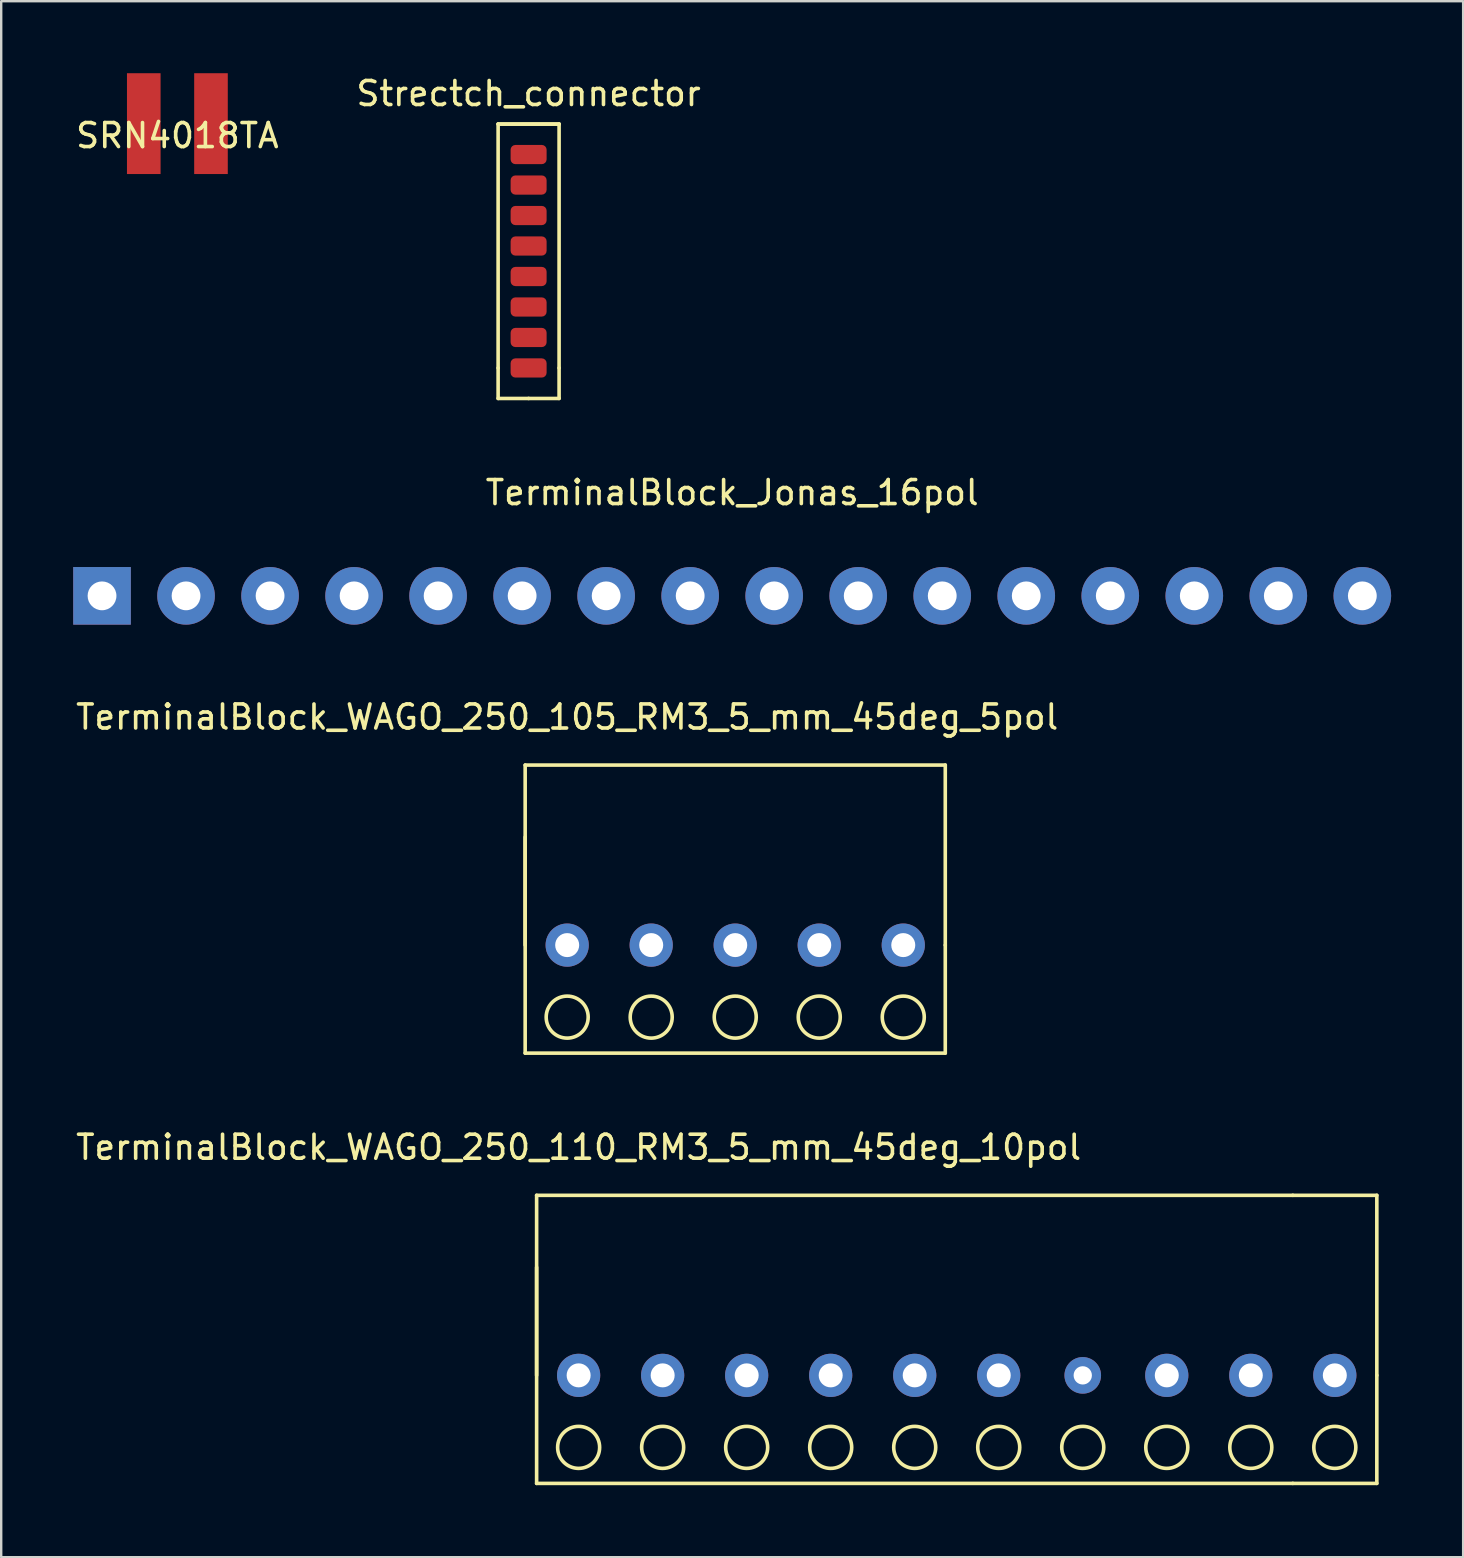
<source format=kicad_pcb>
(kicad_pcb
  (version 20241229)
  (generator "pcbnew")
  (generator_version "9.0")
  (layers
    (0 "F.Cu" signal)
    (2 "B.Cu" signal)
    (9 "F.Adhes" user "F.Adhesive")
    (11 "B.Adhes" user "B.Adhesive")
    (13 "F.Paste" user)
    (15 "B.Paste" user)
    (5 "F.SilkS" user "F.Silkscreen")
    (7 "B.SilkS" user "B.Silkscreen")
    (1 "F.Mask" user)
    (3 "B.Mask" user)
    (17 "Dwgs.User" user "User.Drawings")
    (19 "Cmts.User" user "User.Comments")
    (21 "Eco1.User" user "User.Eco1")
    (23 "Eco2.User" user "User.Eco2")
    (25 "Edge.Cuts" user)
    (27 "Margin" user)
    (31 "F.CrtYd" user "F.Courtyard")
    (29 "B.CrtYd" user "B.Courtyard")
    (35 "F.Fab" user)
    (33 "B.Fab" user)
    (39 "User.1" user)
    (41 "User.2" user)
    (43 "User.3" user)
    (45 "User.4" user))
  (footprint "TerminalBlock_WAGO_250_105_RM3_5_mm_45deg_5pol"
    (layer "F.Cu")
    (at 20.577 36.32)
    (property "Reference" "TerminalBlock_WAGO_250_105_RM3_5_mm_45deg_5pol" (at 0 -9.5 0) (layer "F.SilkS") (effects (font (size 1 1) (thickness 0.15))))
    (attr through_hole)
    (fp_line (start -1.75 -7.5) (end -1.75 0) (stroke (width 0.15) (type solid)) (layer "F.SilkS"))
    (fp_line (start -1.75 -7.5) (end 15.75 -7.5) (stroke (width 0.15) (type solid)) (layer "F.SilkS"))
    (fp_line (start -1.75 -4.5) (end -1.75 4.5) (stroke (width 0.15) (type solid)) (layer "F.SilkS"))
    (fp_line (start -1.75 4.5) (end 15.75 4.5) (stroke (width 0.15) (type solid)) (layer "F.SilkS"))
    (fp_line (start 15.75 0) (end 15.75 -7.5) (stroke (width 0.15) (type solid)) (layer "F.SilkS"))
    (fp_line (start 15.75 4.5) (end 15.75 0) (stroke (width 0.15) (type solid)) (layer "F.SilkS"))
    (fp_circle (center 0 3) (end 0.875 3) (stroke (width 0.15) (type solid)) (fill no) (layer "F.SilkS"))
    (fp_circle (center 3.5 3) (end 4.375 3) (stroke (width 0.15) (type solid)) (fill no) (layer "F.SilkS"))
    (fp_circle (center 7 3) (end 7.875 3) (stroke (width 0.15) (type solid)) (fill no) (layer "F.SilkS"))
    (fp_circle (center 10.5 3) (end 11.375 3) (stroke (width 0.15) (type solid)) (fill no) (layer "F.SilkS"))
    (fp_circle (center 14 3) (end 14.875 3) (stroke (width 0.15) (type solid)) (fill no) (layer "F.SilkS"))
    (pad "1" thru_hole circle (at 0 0) (size 1.8 1.8) (drill 1) (layers "*.Cu" "*.Mask"))
    (pad "2" thru_hole circle (at 3.5 0) (size 1.8 1.8) (drill 1) (layers "*.Cu" "*.Mask"))
    (pad "3" thru_hole circle (at 7 0) (size 1.8 1.8) (drill 1) (layers "*.Cu" "*.Mask"))
    (pad "4" thru_hole circle (at 10.5 0) (size 1.8 1.8) (drill 1) (layers "*.Cu" "*.Mask"))
    (pad "5" thru_hole circle (at 14 0) (size 1.8 1.8) (drill 1) (layers "*.Cu" "*.Mask")))
  (footprint "TerminalBlock_Jonas_16pol"
    (layer "F.Cu")
    (at 1.2 21.771)
    (property "Reference" "TerminalBlock_Jonas_16pol" (at 26.25 -4.3 0) (layer "F.SilkS") (effects (font (size 1 1) (thickness 0.15))))
    (attr through_hole)
    (pad "1" thru_hole rect (at 0 0 180) (size 2.4 2.4) (drill 1.2) (layers "*.Cu" "*.Mask"))
    (pad "2" thru_hole circle (at 3.5 0 180) (size 2.4 2.4) (drill 1.2) (layers "*.Cu" "*.Mask"))
    (pad "3" thru_hole circle (at 7 0 180) (size 2.4 2.4) (drill 1.2) (layers "*.Cu" "*.Mask"))
    (pad "4" thru_hole circle (at 10.5 0 180) (size 2.4 2.4) (drill 1.2) (layers "*.Cu" "*.Mask"))
    (pad "5" thru_hole circle (at 14 0 180) (size 2.4 2.4) (drill 1.2) (layers "*.Cu" "*.Mask"))
    (pad "6" thru_hole circle (at 17.5 0 180) (size 2.4 2.4) (drill 1.2) (layers "*.Cu" "*.Mask"))
    (pad "7" thru_hole circle (at 21 0 180) (size 2.4 2.4) (drill 1.2) (layers "*.Cu" "*.Mask"))
    (pad "8" thru_hole circle (at 24.5 0 180) (size 2.4 2.4) (drill 1.2) (layers "*.Cu" "*.Mask"))
    (pad "9" thru_hole circle (at 28 0 180) (size 2.4 2.4) (drill 1.2) (layers "*.Cu" "*.Mask"))
    (pad "10" thru_hole circle (at 31.5 0 180) (size 2.4 2.4) (drill 1.2) (layers "*.Cu" "*.Mask"))
    (pad "11" thru_hole circle (at 35 0 180) (size 2.4 2.4) (drill 1.2) (layers "*.Cu" "*.Mask"))
    (pad "12" thru_hole circle (at 38.5 0 180) (size 2.4 2.4) (drill 1.2) (layers "*.Cu" "*.Mask"))
    (pad "13" thru_hole circle (at 42 0 180) (size 2.4 2.4) (drill 1.2) (layers "*.Cu" "*.Mask"))
    (pad "14" thru_hole circle (at 45.5 0 180) (size 2.4 2.4) (drill 1.2) (layers "*.Cu" "*.Mask"))
    (pad "15" thru_hole circle (at 49 0 180) (size 2.4 2.4) (drill 1.2) (layers "*.Cu" "*.Mask"))
    (pad "16" thru_hole circle (at 52.5 0 180) (size 2.4 2.4) (drill 1.2) (layers "*.Cu" "*.Mask")))
  (footprint "SRN4018TA"
    (layer "F.Cu")
    (at 4.339 2.1)
    (property "Reference" "SRN4018TA" (at 0 0.5 0) (layer "F.SilkS") (effects (font (size 1 1) (thickness 0.15))))
    (attr through_hole)
    (pad "1" smd rect (at 1.4 0) (size 1.4 4.2) (layers "F.Cu" "F.Mask" "F.Paste"))
    (pad "2" smd rect (at -1.4 0) (size 1.4 4.2) (layers "F.Cu" "F.Mask" "F.Paste")))
  (footprint "TerminalBlock_WAGO_250_110_RM3_5_mm_45deg_10pol"
    (layer "F.Cu")
    (at 21.054 54.243)
    (property "Reference" "TerminalBlock_WAGO_250_110_RM3_5_mm_45deg_10pol" (at 0 -9.5 0) (layer "F.SilkS") (effects (font (size 1 1) (thickness 0.15))))
    (attr through_hole)
    (fp_line (start -1.75 -7.5) (end -1.75 0) (stroke (width 0.15) (type solid)) (layer "F.SilkS"))
    (fp_line (start -1.75 -7.5) (end 29.75 -7.5) (stroke (width 0.15) (type solid)) (layer "F.SilkS"))
    (fp_line (start -1.75 -4.5) (end -1.75 4.5) (stroke (width 0.15) (type solid)) (layer "F.SilkS"))
    (fp_line (start -1.75 4.5) (end 29.75 4.5) (stroke (width 0.15) (type solid)) (layer "F.SilkS"))
    (fp_line (start 29.75 4.5) (end 33.25 4.5) (stroke (width 0.15) (type solid)) (layer "F.SilkS"))
    (fp_line (start 33.25 -7.5) (end 29.75 -7.5) (stroke (width 0.15) (type solid)) (layer "F.SilkS"))
    (fp_line (start 33.25 0) (end 33.25 -7.5) (stroke (width 0.15) (type solid)) (layer "F.SilkS"))
    (fp_line (start 33.25 4.5) (end 33.25 0) (stroke (width 0.15) (type solid)) (layer "F.SilkS"))
    (fp_circle (center 0 3) (end 0.875 3) (stroke (width 0.15) (type solid)) (fill no) (layer "F.SilkS"))
    (fp_circle (center 3.5 3) (end 4.375 3) (stroke (width 0.15) (type solid)) (fill no) (layer "F.SilkS"))
    (fp_circle (center 7 3) (end 7.875 3) (stroke (width 0.15) (type solid)) (fill no) (layer "F.SilkS"))
    (fp_circle (center 10.5 3) (end 11.375 3) (stroke (width 0.15) (type solid)) (fill no) (layer "F.SilkS"))
    (fp_circle (center 14 3) (end 14.875 3) (stroke (width 0.15) (type solid)) (fill no) (layer "F.SilkS"))
    (fp_circle (center 17.5 3) (end 18.375 3) (stroke (width 0.15) (type solid)) (fill no) (layer "F.SilkS"))
    (fp_circle (center 21 3) (end 21.875 3) (stroke (width 0.15) (type solid)) (fill no) (layer "F.SilkS"))
    (fp_circle (center 24.5 3) (end 25.375 3) (stroke (width 0.15) (type solid)) (fill no) (layer "F.SilkS"))
    (fp_circle (center 28 3) (end 28.875 3) (stroke (width 0.15) (type solid)) (fill no) (layer "F.SilkS"))
    (fp_circle (center 31.5 3) (end 32.375 3) (stroke (width 0.15) (type solid)) (fill no) (layer "F.SilkS"))
    (pad "1" thru_hole circle (at 0 0) (size 1.8 1.8) (drill 1) (layers "*.Cu" "*.Mask"))
    (pad "2" thru_hole circle (at 3.5 0) (size 1.8 1.8) (drill 1) (layers "*.Cu" "*.Mask"))
    (pad "3" thru_hole circle (at 7 0) (size 1.8 1.8) (drill 1) (layers "*.Cu" "*.Mask"))
    (pad "4" thru_hole circle (at 10.5 0) (size 1.8 1.8) (drill 1) (layers "*.Cu" "*.Mask"))
    (pad "5" thru_hole circle (at 14 0) (size 1.8 1.8) (drill 1) (layers "*.Cu" "*.Mask"))
    (pad "6" thru_hole circle (at 17.5 0) (size 1.8 1.8) (drill 1) (layers "*.Cu" "*.Mask"))
    (pad "7" thru_hole circle (at 21 0) (size 1.524 1.524) (drill 0.762) (layers "*.Cu" "*.Mask"))
    (pad "8" thru_hole circle (at 24.5 0) (size 1.8 1.8) (drill 1) (layers "*.Cu" "*.Mask"))
    (pad "9" thru_hole circle (at 28 0) (size 1.8 1.8) (drill 1) (layers "*.Cu" "*.Mask"))
    (pad "10" thru_hole circle (at 31.5 0) (size 1.8 1.8) (drill 1) (layers "*.Cu" "*.Mask")))
  (footprint "Strectch_connector"
    (layer "F.Cu")
    (at 18.97 3.388)
    (property "Reference" "Strectch_connector" (at 0 -2.54 0) (layer "F.SilkS") (effects (font (size 1 1) (thickness 0.15))))
    (attr through_hole)
    (fp_line (start -1.27 -1.27) (end -1.27 8.89) (stroke (width 0.15) (type solid)) (layer "F.SilkS"))
    (fp_line (start -1.27 10.16) (end -1.27 8.89) (stroke (width 0.15) (type solid)) (layer "F.SilkS"))
    (fp_line (start -1.27 10.16) (end 0 10.16) (stroke (width 0.15) (type solid)) (layer "F.SilkS"))
    (fp_line (start 0 10.16) (end 1.27 10.16) (stroke (width 0.15) (type solid)) (layer "F.SilkS"))
    (fp_line (start 1.27 -1.27) (end -1.27 -1.27) (stroke (width 0.15) (type solid)) (layer "F.SilkS"))
    (fp_line (start 1.27 -1.27) (end -1.27 -1.27) (stroke (width 0.15) (type solid)) (layer "F.SilkS"))
    (fp_line (start 1.27 8.89) (end 1.27 -1.27) (stroke (width 0.15) (type solid)) (layer "F.SilkS"))
    (fp_line (start 1.27 10.16) (end 1.27 8.89) (stroke (width 0.15) (type solid)) (layer "F.SilkS"))
    (pad "1" smd roundrect (at 0 0) (size 1.5 0.8) (layers "F.Cu" "F.Mask" "F.Paste") (roundrect_rratio 0.25))
    (pad "2" smd roundrect (at 0 1.27) (size 1.5 0.8) (layers "F.Cu" "F.Mask" "F.Paste") (roundrect_rratio 0.25))
    (pad "3" smd roundrect (at 0 2.54) (size 1.5 0.8) (layers "F.Cu" "F.Mask" "F.Paste") (roundrect_rratio 0.25))
    (pad "4" smd roundrect (at 0 3.81) (size 1.5 0.8) (layers "F.Cu" "F.Mask" "F.Paste") (roundrect_rratio 0.25))
    (pad "5" smd roundrect (at 0 5.08) (size 1.5 0.8) (layers "F.Cu" "F.Mask" "F.Paste") (roundrect_rratio 0.25))
    (pad "6" smd roundrect (at 0 6.35) (size 1.5 0.8) (layers "F.Cu" "F.Mask" "F.Paste") (roundrect_rratio 0.25))
    (pad "7" smd roundrect (at 0 7.62) (size 1.5 0.8) (layers "F.Cu" "F.Mask" "F.Paste") (roundrect_rratio 0.25))
    (pad "8" smd roundrect (at 0 8.89) (size 1.5 0.8) (layers "F.Cu" "F.Mask" "F.Paste") (roundrect_rratio 0.25)))
  (gr_rect
    (start -3 -3)
    (end 57.9 61.818)
    (stroke (width 0.1) (type default))
    (fill no)
    (layer "Edge.Cuts")))
</source>
